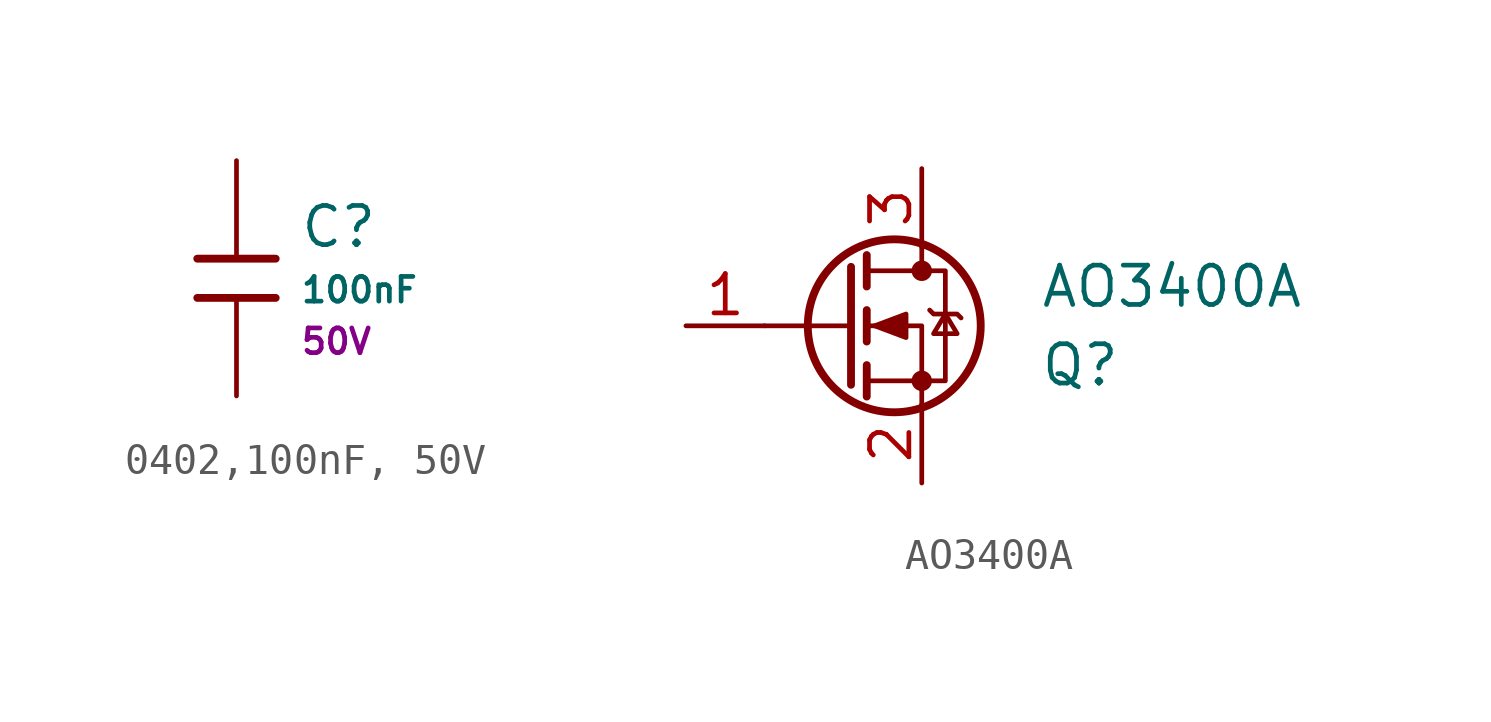
<source format=kicad_sym>
(kicad_symbol_lib
  (version 20241209)
  (generator "kicad_symbol_editor")
  (generator_version "9.0")
  (symbol "0402,100nF, 50V"
    (pin_numbers
      (hide yes))
    (pin_names
      (offset 0))
    (property "Reference" "C"
      (at 2.032 1.668 0)
      (effects (font (size 1.27 1.27)) (justify left)))
    (property "Value" "100nF"
      (at 2.032 -0.378 0)
      (effects (font (size 0.8 0.8)) (justify left)))
    (property "Voltage Rated" "50V"
      (at 2.032 -2.046 0)
      (effects (font (size 0.8 0.8)) (justify left)))
    (symbol "0402,100nF, 50V_0_1"
      (polyline (pts (xy -1.27 0.635) (xy 1.27 0.635)) (stroke (width 0.254) (type default)) (fill (type none)))
      (polyline (pts (xy -1.27 -0.635) (xy 1.27 -0.635)) (stroke (width 0.254) (type default)) (fill (type none))))
    (symbol "0402,100nF, 50V_1_1"
      (pin passive line (at 0 3.81 270) (length 3.175) (name "~" (effects (font (size 1.27 1.27)))) (number "1" (effects (font (size 1.27 1.27)))))
      (pin passive line (at 0 -3.81 90) (length 3.175) (name "~" (effects (font (size 1.27 1.27)))) (number "2" (effects (font (size 1.27 1.27)))))))
  (symbol "AO3400A"
    (pin_names
      (hide yes))
    (property "Reference" "Q"
      (at 6.35 -1.27 0)
      (effects (font (size 1.27 1.27)) (justify left)))
    (property "Value" "AO3400A"
      (at 6.35 1.27 0)
      (effects (font (size 1.27 1.27)) (justify left)))
    (symbol "AO3400A_0_1"
      (polyline (pts (xy 0.254 1.905) (xy 0.254 -1.905)) (stroke (width 0.254) (type default)) (fill (type none)))
      (polyline (pts (xy 0.254 0) (xy -2.54 0)) (stroke (width 0) (type default)) (fill (type none)))
      (polyline (pts (xy 0.762 2.286) (xy 0.762 1.27)) (stroke (width 0.254) (type default)) (fill (type none)))
      (polyline (pts (xy 0.762 0.508) (xy 0.762 -0.508)) (stroke (width 0.254) (type default)) (fill (type none)))
      (polyline (pts (xy 0.762 -1.27) (xy 0.762 -2.286)) (stroke (width 0.254) (type default)) (fill (type none)))
      (polyline (pts (xy 0.762 -1.778) (xy 3.302 -1.778) (xy 3.302 1.778) (xy 0.762 1.778)) (stroke (width 0) (type default)) (fill (type none)))
      (polyline (pts (xy 1.016 0) (xy 2.032 0.381) (xy 2.032 -0.381) (xy 1.016 0)) (stroke (width 0) (type default)) (fill (type outline)))
      (circle (center 1.651 0) (radius 2.794) (stroke (width 0.254) (type default)) (fill (type none)))
      (polyline (pts (xy 2.54 2.54) (xy 2.54 1.778)) (stroke (width 0) (type default)) (fill (type none)))
      (circle (center 2.54 1.778) (radius 0.254) (stroke (width 0) (type default)) (fill (type outline)))
      (circle (center 2.54 -1.778) (radius 0.254) (stroke (width 0) (type default)) (fill (type outline)))
      (polyline (pts (xy 2.54 -2.54) (xy 2.54 0) (xy 0.762 0)) (stroke (width 0) (type default)) (fill (type none)))
      (polyline (pts (xy 2.794 0.508) (xy 2.921 0.381) (xy 3.683 0.381) (xy 3.81 0.254)) (stroke (width 0) (type default)) (fill (type none)))
      (polyline (pts (xy 3.302 0.381) (xy 2.921 -0.254) (xy 3.683 -0.254) (xy 3.302 0.381)) (stroke (width 0) (type default)) (fill (type none))))
    (symbol "AO3400A_1_1"
      (pin input line (at -5.08 0 0) (length 2.54) (name "G" (effects (font (size 1.27 1.27)))) (number "1" (effects (font (size 1.27 1.27)))))
      (pin passive line (at 2.54 5.08 270) (length 2.54) (name "D" (effects (font (size 1.27 1.27)))) (number "3" (effects (font (size 1.27 1.27)))))
      (pin passive line (at 2.54 -5.08 90) (length 2.54) (name "S" (effects (font (size 1.27 1.27)))) (number "2" (effects (font (size 1.27 1.27))))))))
</source>
